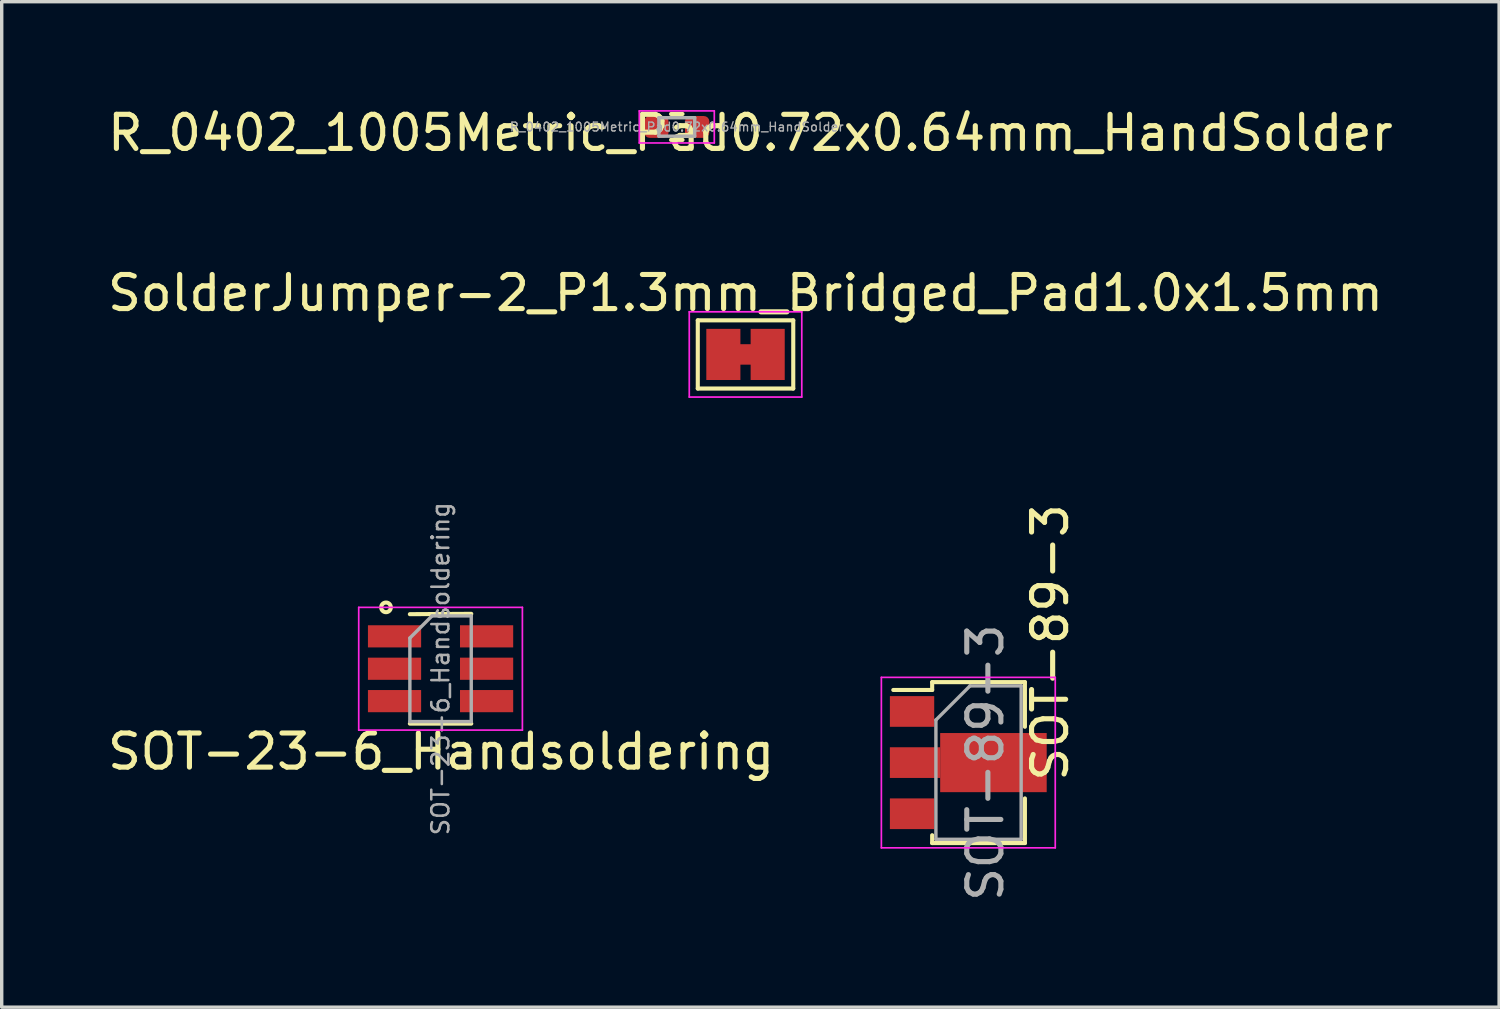
<source format=kicad_pcb>
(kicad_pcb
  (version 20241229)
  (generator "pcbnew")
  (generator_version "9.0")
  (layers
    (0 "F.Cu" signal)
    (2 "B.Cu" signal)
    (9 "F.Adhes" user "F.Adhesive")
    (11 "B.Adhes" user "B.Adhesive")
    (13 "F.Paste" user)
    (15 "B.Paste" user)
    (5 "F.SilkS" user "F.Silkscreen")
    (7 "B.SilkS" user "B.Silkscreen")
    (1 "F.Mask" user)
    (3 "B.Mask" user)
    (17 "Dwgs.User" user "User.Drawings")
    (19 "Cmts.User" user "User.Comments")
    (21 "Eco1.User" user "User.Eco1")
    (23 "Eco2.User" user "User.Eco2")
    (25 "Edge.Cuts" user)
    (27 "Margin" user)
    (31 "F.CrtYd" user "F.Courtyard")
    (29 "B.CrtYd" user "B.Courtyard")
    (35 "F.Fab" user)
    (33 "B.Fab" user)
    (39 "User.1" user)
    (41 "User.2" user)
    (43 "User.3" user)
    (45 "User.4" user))
  (footprint "SOT-89-3"
    (layer "F.Cu")
    (at 25.649 19.316)
    (property "Reference" "SOT-89-3" (at 2.1 -3.524 90) (layer "F.SilkS") (effects (font (size 1 1) (thickness 0.15))))
    (attr smd)
    (fp_line (start -2.5 -2.13) (end -1.36 -2.13) (stroke (width 0.12) (type solid)) (layer "F.SilkS"))
    (fp_line (start -1.36 -2.36) (end -1.36 -2.13) (stroke (width 0.12) (type solid)) (layer "F.SilkS"))
    (fp_line (start -1.36 -2.36) (end 1.36 -2.36) (stroke (width 0.12) (type solid)) (layer "F.SilkS"))
    (fp_line (start -1.36 2.36) (end -1.36 2.13) (stroke (width 0.12) (type solid)) (layer "F.SilkS"))
    (fp_line (start 1.36 -2.36) (end 1.36 -1.05) (stroke (width 0.12) (type solid)) (layer "F.SilkS"))
    (fp_line (start 1.36 1.05) (end 1.36 2.36) (stroke (width 0.12) (type solid)) (layer "F.SilkS"))
    (fp_line (start 1.36 2.36) (end -1.36 2.36) (stroke (width 0.12) (type solid)) (layer "F.SilkS"))
    (fp_line (start -2.85 2.5) (end -2.85 -2.5) (stroke (width 0.05) (type solid)) (layer "F.CrtYd"))
    (fp_line (start -2.85 2.5) (end 2.25 2.5) (stroke (width 0.05) (type solid)) (layer "F.CrtYd"))
    (fp_line (start 2.25 -2.5) (end -2.85 -2.5) (stroke (width 0.05) (type solid)) (layer "F.CrtYd"))
    (fp_line (start 2.25 -2.5) (end 2.25 2.5) (stroke (width 0.05) (type solid)) (layer "F.CrtYd"))
    (fp_line (start -1.25 -1.25) (end -0.25 -2.25) (stroke (width 0.1) (type solid)) (layer "F.Fab"))
    (fp_line (start -1.25 2.25) (end -1.25 -1.25) (stroke (width 0.1) (type solid)) (layer "F.Fab"))
    (fp_line (start -0.25 -2.25) (end 1.25 -2.25) (stroke (width 0.1) (type solid)) (layer "F.Fab"))
    (fp_line (start 1.25 -2.25) (end 1.25 2.25) (stroke (width 0.1) (type solid)) (layer "F.Fab"))
    (fp_line (start 1.25 2.25) (end -1.25 2.25) (stroke (width 0.1) (type solid)) (layer "F.Fab"))
    (fp_text user "${REFERENCE}" (at 0.2 0 270) (layer "F.Fab") (effects (font (size 1 1) (thickness 0.15))))
    (pad "1" smd rect (at -1.95 -1.5) (size 1.3 0.9) (layers "F.Cu" "F.Mask" "F.Paste"))
    (pad "2" smd custom (at -1.863 0) (size 1.475 0.9) (layers "F.Cu" "F.Mask" "F.Paste") (options (anchor rect)) (primitives (gr_poly (pts (xy 3.862 0.867) (xy 0.738 0.867) (xy 0.738 -0.867) (xy 3.862 -0.867)) (width 0) (fill yes))))
    (pad "3" smd rect (at -1.95 1.5) (size 1.3 0.9) (layers "F.Cu" "F.Mask" "F.Paste")))
  (footprint "SOT-23-6_Handsoldering"
    (layer "F.Cu")
    (at 9.871 16.563)
    (property "Reference" "SOT-23-6_Handsoldering" (at 0.016 2.43 180) (layer "F.SilkS") (effects (font (size 1 1) (thickness 0.15))))
    (attr smd)
    (fp_line (start -0.9 1.61) (end 0.9 1.61) (stroke (width 0.12) (type solid)) (layer "F.SilkS"))
    (fp_line (start 0.9 -1.61) (end -0.9 -1.6) (stroke (width 0.12) (type solid)) (layer "F.SilkS"))
    (fp_circle (center -1.6 -1.8) (end -1.5 -1.7) (stroke (width 0.12) (type default)) (fill no) (layer "F.SilkS"))
    (fp_line (start -2.4 -1.8) (end 2.4 -1.8) (stroke (width 0.05) (type solid)) (layer "F.CrtYd"))
    (fp_line (start -2.4 1.8) (end -2.4 -1.8) (stroke (width 0.05) (type solid)) (layer "F.CrtYd"))
    (fp_line (start 2.4 -1.8) (end 2.4 1.8) (stroke (width 0.05) (type solid)) (layer "F.CrtYd"))
    (fp_line (start 2.4 1.8) (end -2.4 1.8) (stroke (width 0.05) (type solid)) (layer "F.CrtYd"))
    (fp_line (start -0.9 -0.9) (end -0.9 1.55) (stroke (width 0.1) (type solid)) (layer "F.Fab"))
    (fp_line (start -0.9 -0.9) (end -0.25 -1.55) (stroke (width 0.1) (type solid)) (layer "F.Fab"))
    (fp_line (start 0.9 -1.55) (end -0.25 -1.55) (stroke (width 0.1) (type solid)) (layer "F.Fab"))
    (fp_line (start 0.9 -1.55) (end 0.9 1.55) (stroke (width 0.1) (type solid)) (layer "F.Fab"))
    (fp_line (start 0.9 1.55) (end -0.9 1.55) (stroke (width 0.1) (type solid)) (layer "F.Fab"))
    (fp_text user "${REFERENCE}" (at 0 0 270) (layer "F.Fab") (effects (font (size 0.5 0.5) (thickness 0.075))))
    (pad "1" smd rect (at -1.35 -0.95) (size 1.56 0.65) (layers "F.Cu" "F.Mask" "F.Paste"))
    (pad "2" smd rect (at -1.35 0) (size 1.56 0.65) (layers "F.Cu" "F.Mask" "F.Paste"))
    (pad "3" smd rect (at -1.35 0.95) (size 1.56 0.65) (layers "F.Cu" "F.Mask" "F.Paste"))
    (pad "4" smd rect (at 1.35 0.95) (size 1.56 0.65) (layers "F.Cu" "F.Mask" "F.Paste"))
    (pad "5" smd rect (at 1.35 0) (size 1.56 0.65) (layers "F.Cu" "F.Mask" "F.Paste"))
    (pad "6" smd rect (at 1.35 -0.95) (size 1.56 0.65) (layers "F.Cu" "F.Mask" "F.Paste")))
  (footprint "R_0402_1005Metric_Pad0.72x0.64mm_HandSolder"
    (layer "F.Cu")
    (at 16.799 0.673)
    (property "Reference" "R_0402_1005Metric_Pad0.72x0.64mm_HandSolder" (at 2.16 0.175 180) (layer "F.SilkS") (effects (font (size 1 1) (thickness 0.15))))
    (attr smd)
    (fp_line (start -0.168 -0.38) (end 0.168 -0.38) (stroke (width 0.12) (type solid)) (layer "F.SilkS"))
    (fp_line (start -0.168 0.38) (end 0.168 0.38) (stroke (width 0.12) (type solid)) (layer "F.SilkS"))
    (fp_line (start -1.1 -0.47) (end 1.1 -0.47) (stroke (width 0.05) (type solid)) (layer "F.CrtYd"))
    (fp_line (start -1.1 0.47) (end -1.1 -0.47) (stroke (width 0.05) (type solid)) (layer "F.CrtYd"))
    (fp_line (start 1.1 -0.47) (end 1.1 0.47) (stroke (width 0.05) (type solid)) (layer "F.CrtYd"))
    (fp_line (start 1.1 0.47) (end -1.1 0.47) (stroke (width 0.05) (type solid)) (layer "F.CrtYd"))
    (fp_line (start -0.525 -0.27) (end 0.525 -0.27) (stroke (width 0.1) (type solid)) (layer "F.Fab"))
    (fp_line (start -0.525 0.27) (end -0.525 -0.27) (stroke (width 0.1) (type solid)) (layer "F.Fab"))
    (fp_line (start 0.525 -0.27) (end 0.525 0.27) (stroke (width 0.1) (type solid)) (layer "F.Fab"))
    (fp_line (start 0.525 0.27) (end -0.525 0.27) (stroke (width 0.1) (type solid)) (layer "F.Fab"))
    (fp_text user "${REFERENCE}" (at 0 0 180) (layer "F.Fab") (effects (font (size 0.26 0.26) (thickness 0.04))))
    (pad "1" smd roundrect (at -0.598 0) (size 0.715 0.64) (layers "F.Cu" "F.Mask" "F.Paste") (roundrect_rratio 0.25))
    (pad "2" smd roundrect (at 0.598 0) (size 0.715 0.64) (layers "F.Cu" "F.Mask" "F.Paste") (roundrect_rratio 0.25)))
  (footprint "SolderJumper-2_P1.3mm_Bridged_Pad1.0x1.5mm"
    (layer "F.Cu")
    (at 18.815 7.345)
    (property "Reference" "SolderJumper-2_P1.3mm_Bridged_Pad1.0x1.5mm" (at 0 -1.8 0) (layer "F.SilkS") (effects (font (size 1 1) (thickness 0.15))))
    (attr exclude_from_pos_files)
    (fp_poly (pts (xy -0.25 -0.3) (xy 0.25 -0.3) (xy 0.25 0.3) (xy -0.25 0.3)) (stroke (width 0) (type solid)) (fill yes) (layer "F.Cu"))
    (fp_line (start -1.4 -1) (end 1.4 -1) (stroke (width 0.12) (type solid)) (layer "F.SilkS"))
    (fp_line (start -1.4 1) (end -1.4 -1) (stroke (width 0.12) (type solid)) (layer "F.SilkS"))
    (fp_line (start 1.4 -1) (end 1.4 1) (stroke (width 0.12) (type solid)) (layer "F.SilkS"))
    (fp_line (start 1.4 1) (end -1.4 1) (stroke (width 0.12) (type solid)) (layer "F.SilkS"))
    (fp_line (start -1.65 -1.25) (end -1.65 1.25) (stroke (width 0.05) (type solid)) (layer "F.CrtYd"))
    (fp_line (start -1.65 -1.25) (end 1.65 -1.25) (stroke (width 0.05) (type solid)) (layer "F.CrtYd"))
    (fp_line (start 1.65 1.25) (end -1.65 1.25) (stroke (width 0.05) (type solid)) (layer "F.CrtYd"))
    (fp_line (start 1.65 1.25) (end 1.65 -1.25) (stroke (width 0.05) (type solid)) (layer "F.CrtYd"))
    (pad "1" smd rect (at -0.65 0) (size 1 1.5) (layers "F.Cu" "F.Mask"))
    (pad "2" smd rect (at 0.65 0) (size 1 1.5) (layers "F.Cu" "F.Mask")))
  (gr_rect
    (start -3 -3)
    (end 40.917 26.489)
    (stroke (width 0.1) (type default))
    (fill no)
    (layer "Edge.Cuts")))
</source>
